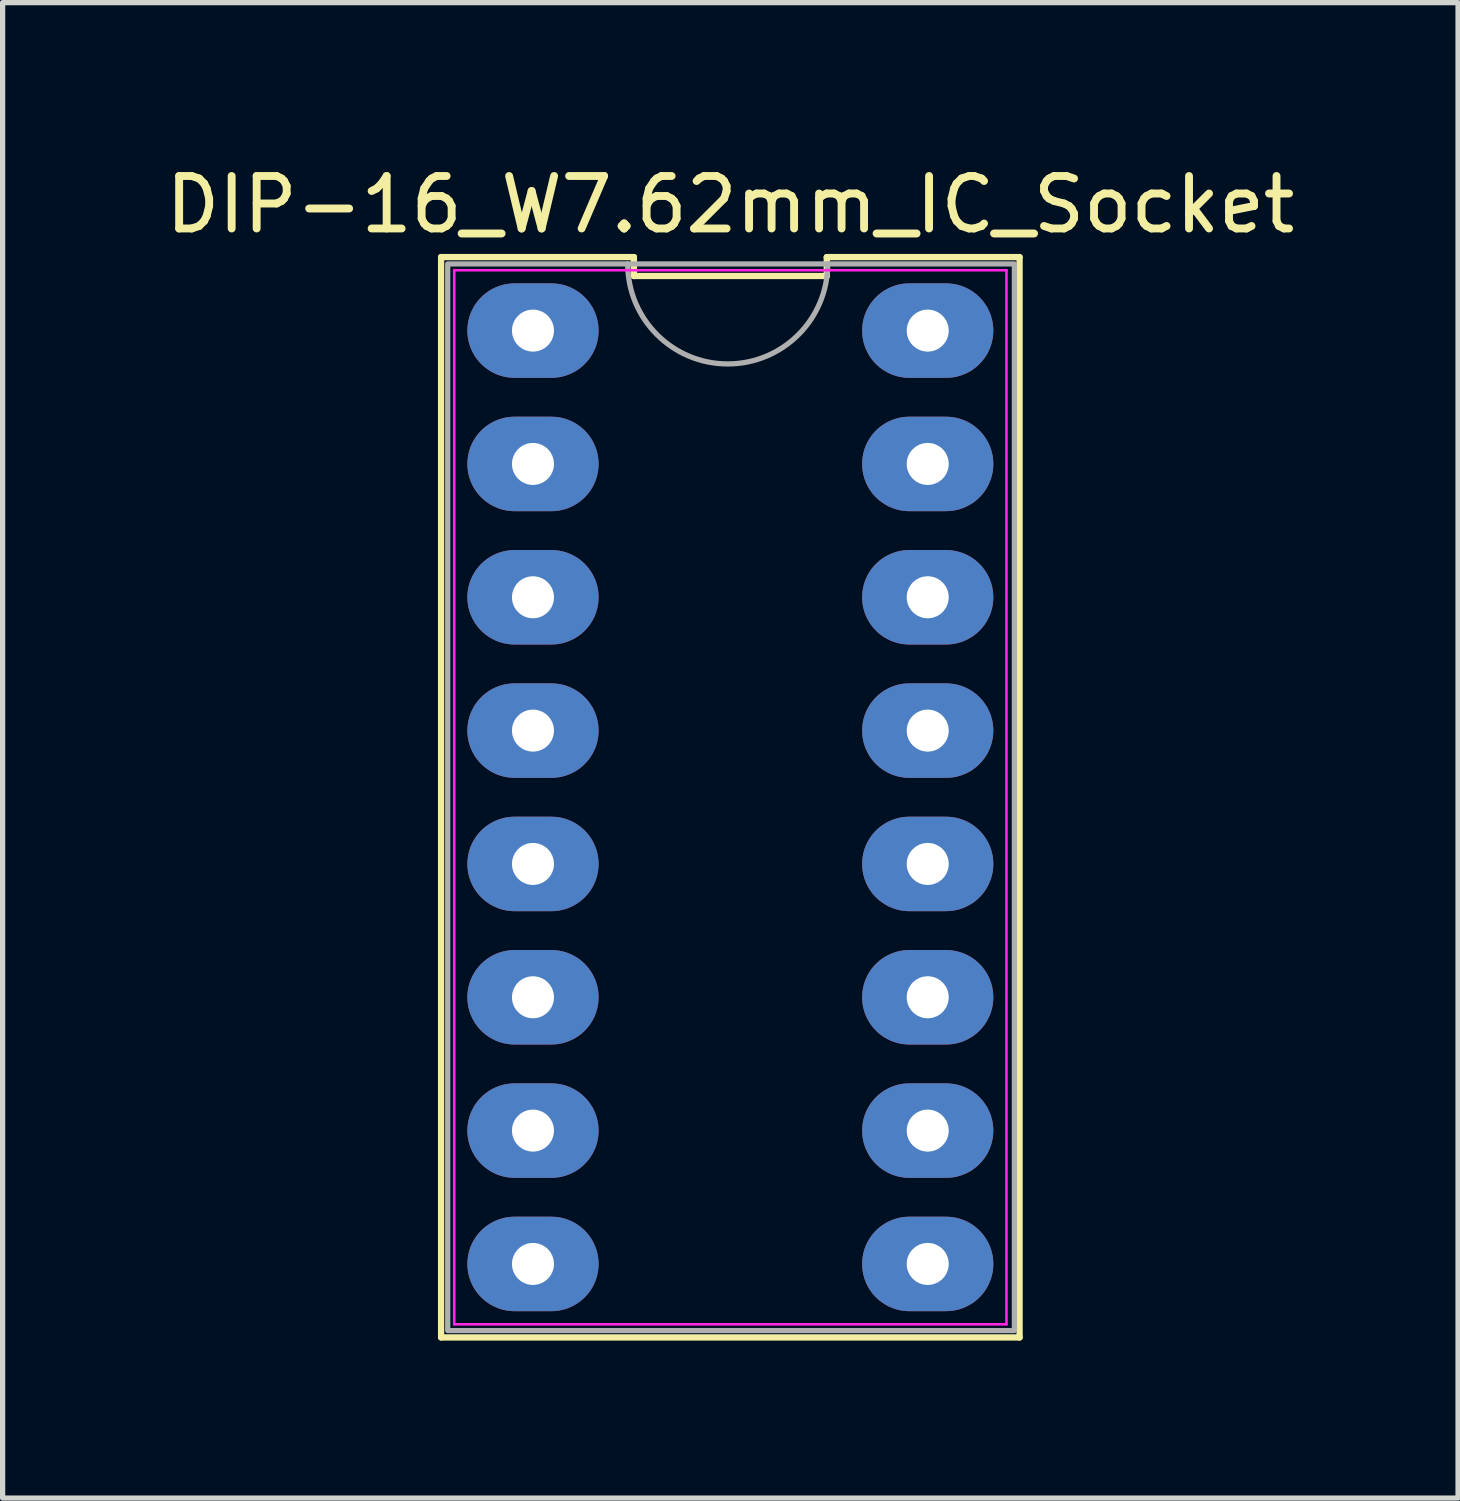
<source format=kicad_pcb>
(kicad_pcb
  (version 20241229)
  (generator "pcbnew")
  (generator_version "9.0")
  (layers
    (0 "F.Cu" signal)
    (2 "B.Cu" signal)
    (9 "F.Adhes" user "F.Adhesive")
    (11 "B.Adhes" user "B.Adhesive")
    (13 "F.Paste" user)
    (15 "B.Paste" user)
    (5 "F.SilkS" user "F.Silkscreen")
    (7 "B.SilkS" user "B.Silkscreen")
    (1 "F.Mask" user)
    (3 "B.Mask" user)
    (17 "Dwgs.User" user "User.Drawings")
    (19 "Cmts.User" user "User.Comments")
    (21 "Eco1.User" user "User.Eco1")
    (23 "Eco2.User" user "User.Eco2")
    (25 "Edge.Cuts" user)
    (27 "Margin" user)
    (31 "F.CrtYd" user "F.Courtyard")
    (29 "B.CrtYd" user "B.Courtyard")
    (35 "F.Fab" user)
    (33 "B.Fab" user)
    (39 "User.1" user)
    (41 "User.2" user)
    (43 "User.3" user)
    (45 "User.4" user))
  (footprint "DIP-16_W7.62mm_IC_Socket"
    (layer "F.Cu")
    (at 10.813 3.248)
    (property "Reference" "DIP-16_W7.62mm_IC_Socket" (at 0.05 -2.4 0) (layer "F.SilkS") (effects (font (size 1 1) (thickness 0.15))))
    (fp_line (start -5.46 19.18) (end 5.56 19.18) (stroke (width 0.12) (type solid)) (layer "F.SilkS"))
    (fp_line (start -5.46 -1.4) (end -5.46 19.18) (stroke (width 0.12) (type solid)) (layer "F.SilkS"))
    (fp_line (start -1.787 -1.4) (end -5.46 -1.4) (stroke (width 0.12) (type solid)) (layer "F.SilkS"))
    (fp_line (start -1.787 -1.04) (end -1.787 -1.4) (stroke (width 0.12) (type solid)) (layer "F.SilkS"))
    (fp_line (start 1.887 -1.4) (end 1.887 -1.04) (stroke (width 0.12) (type solid)) (layer "F.SilkS"))
    (fp_line (start 1.887 -1.04) (end -1.787 -1.04) (stroke (width 0.12) (type solid)) (layer "F.SilkS"))
    (fp_line (start 5.56 19.18) (end 5.56 -1.4) (stroke (width 0.12) (type solid)) (layer "F.SilkS"))
    (fp_line (start 5.56 -1.4) (end 1.887 -1.4) (stroke (width 0.12) (type solid)) (layer "F.SilkS"))
    (fp_line (start -5.21 -1.15) (end 5.31 -1.15) (stroke (width 0.05) (type solid)) (layer "F.CrtYd"))
    (fp_line (start -5.21 18.93) (end -5.21 -1.15) (stroke (width 0.05) (type solid)) (layer "F.CrtYd"))
    (fp_line (start 5.31 -1.15) (end 5.31 18.93) (stroke (width 0.05) (type solid)) (layer "F.CrtYd"))
    (fp_line (start 5.31 18.93) (end -5.21 18.93) (stroke (width 0.05) (type solid)) (layer "F.CrtYd"))
    (fp_rect (start -5.334 -1.27) (end 5.461 19.05) (stroke (width 0.1) (type solid)) (fill no) (layer "F.Fab"))
    (fp_arc (start 1.905 -1.27) (mid 0 0.635) (end -1.905 -1.27) (stroke (width 0.1) (type solid)) (layer "F.Fab"))
    (pad "1" thru_hole oval (at -3.71 0 270) (size 1.8 2.5) (drill 0.8) (layers "*.Cu" "*.Mask"))
    (pad "2" thru_hole oval (at -3.71 2.54 270) (size 1.8 2.5) (drill 0.8) (layers "*.Cu" "*.Mask"))
    (pad "3" thru_hole oval (at -3.71 5.08 270) (size 1.8 2.5) (drill 0.8) (layers "*.Cu" "*.Mask"))
    (pad "4" thru_hole oval (at -3.71 7.62 270) (size 1.8 2.5) (drill 0.8) (layers "*.Cu" "*.Mask"))
    (pad "5" thru_hole oval (at -3.71 10.16 270) (size 1.8 2.5) (drill 0.8) (layers "*.Cu" "*.Mask"))
    (pad "6" thru_hole oval (at -3.71 12.7 270) (size 1.8 2.5) (drill 0.8) (layers "*.Cu" "*.Mask"))
    (pad "7" thru_hole oval (at -3.71 15.24 270) (size 1.8 2.5) (drill 0.8) (layers "*.Cu" "*.Mask"))
    (pad "8" thru_hole oval (at -3.71 17.78 270) (size 1.8 2.5) (drill 0.8) (layers "*.Cu" "*.Mask"))
    (pad "9" thru_hole oval (at 3.81 17.78 270) (size 1.8 2.5) (drill 0.8) (layers "*.Cu" "*.Mask"))
    (pad "10" thru_hole oval (at 3.81 15.24 270) (size 1.8 2.5) (drill 0.8) (layers "*.Cu" "*.Mask"))
    (pad "11" thru_hole oval (at 3.81 12.7 270) (size 1.8 2.5) (drill 0.8) (layers "*.Cu" "*.Mask"))
    (pad "12" thru_hole oval (at 3.81 10.16 270) (size 1.8 2.5) (drill 0.8) (layers "*.Cu" "*.Mask"))
    (pad "13" thru_hole oval (at 3.81 7.62 270) (size 1.8 2.5) (drill 0.8) (layers "*.Cu" "*.Mask"))
    (pad "14" thru_hole oval (at 3.81 5.08 270) (size 1.8 2.5) (drill 0.8) (layers "*.Cu" "*.Mask"))
    (pad "15" thru_hole oval (at 3.81 2.54 270) (size 1.8 2.5) (drill 0.8) (layers "*.Cu" "*.Mask"))
    (pad "16" thru_hole oval (at 3.81 0 270) (size 1.8 2.5) (drill 0.8) (layers "*.Cu" "*.Mask")))
  (gr_rect
    (start -3 -3)
    (end 24.726 25.488)
    (stroke (width 0.1) (type default))
    (fill no)
    (layer "Edge.Cuts")))
</source>
